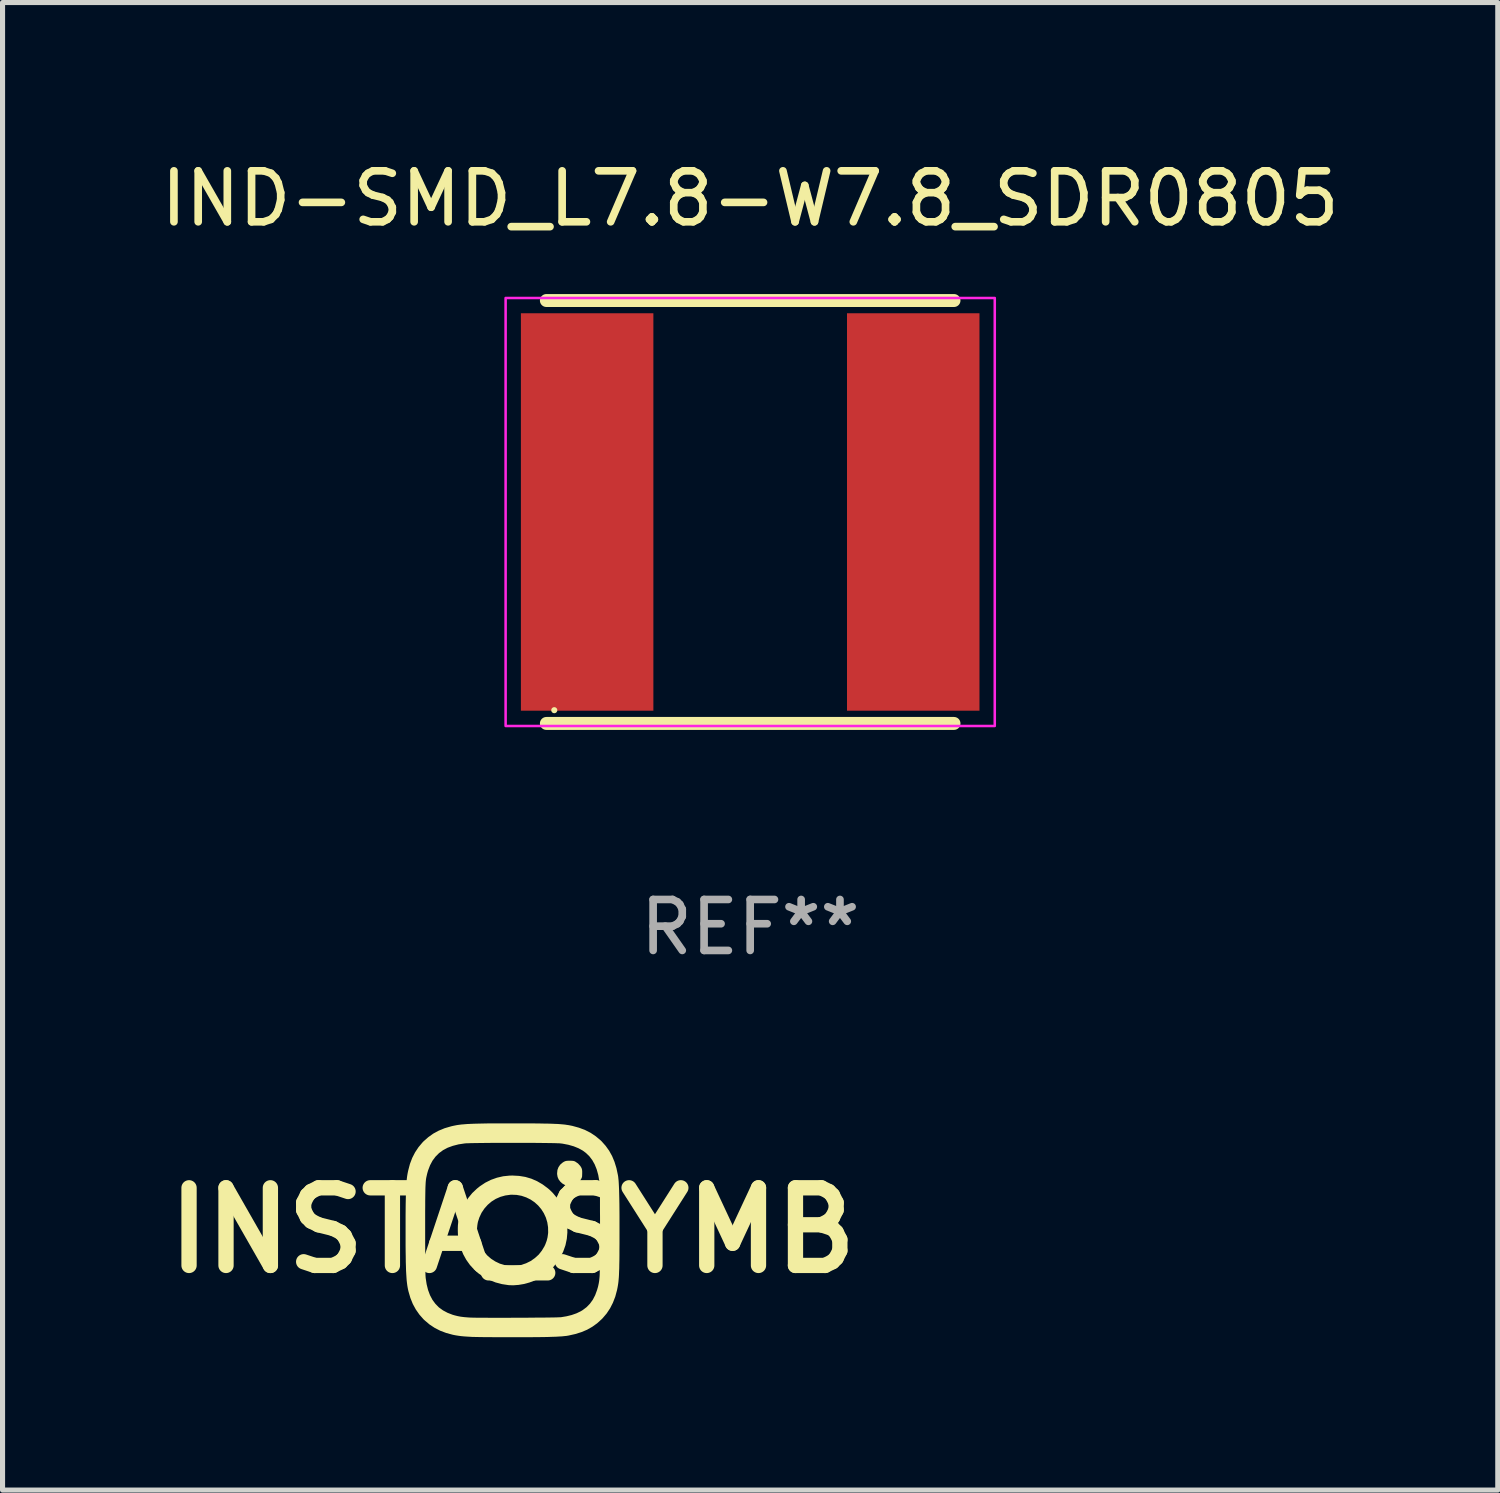
<source format=kicad_pcb>
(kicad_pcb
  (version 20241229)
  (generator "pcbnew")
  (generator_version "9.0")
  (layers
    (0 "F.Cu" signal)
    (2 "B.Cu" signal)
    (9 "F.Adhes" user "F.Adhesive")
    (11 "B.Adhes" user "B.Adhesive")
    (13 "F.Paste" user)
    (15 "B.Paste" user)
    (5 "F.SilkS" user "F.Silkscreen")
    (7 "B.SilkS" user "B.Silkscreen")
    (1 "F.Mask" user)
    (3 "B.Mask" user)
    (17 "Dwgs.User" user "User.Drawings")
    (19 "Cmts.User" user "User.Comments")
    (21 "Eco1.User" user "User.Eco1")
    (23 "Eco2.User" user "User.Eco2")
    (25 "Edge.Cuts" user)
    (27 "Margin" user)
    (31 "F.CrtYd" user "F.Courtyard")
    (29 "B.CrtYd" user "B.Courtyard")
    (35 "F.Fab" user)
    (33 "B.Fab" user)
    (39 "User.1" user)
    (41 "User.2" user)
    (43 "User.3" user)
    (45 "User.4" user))
  (footprint "IND-SMD_L7.8-W7.8_SDR0805"
    (layer "F.Cu")
    (at 11.673 6.998)
    (property "Reference" "IND-SMD_L7.8-W7.8_SDR0805" (at 0 -6.15 0) (layer "F.SilkS") (effects (font (size 1 1) (thickness 0.15))))
    (attr through_hole)
    (fp_line (start -4 -4.15) (end 4 -4.15) (stroke (width 0.254) (type solid)) (layer "F.SilkS"))
    (fp_line (start 4 4.15) (end -4 4.15) (stroke (width 0.254) (type solid)) (layer "F.SilkS"))
    (fp_circle (center -3.845 3.89) (end -3.815 3.89) (stroke (width 0.06) (type solid)) (fill no) (layer "F.SilkS"))
    (fp_rect (start -4.8 -4.2) (end 4.8 4.2) (stroke (width 0.05) (type solid)) (fill no) (layer "F.CrtYd"))
    (fp_text user "REF**" (at 0 8.15 0) (layer "F.Fab") (effects (font (size 1 1) (thickness 0.15))))
    (pad "1" smd rect (at -3.2 0 180) (size 2.6 7.8) (layers "F.Cu" "F.Mask" "F.Paste"))
    (pad "2" smd rect (at 3.2 0 180) (size 2.6 7.8) (layers "F.Cu" "F.Mask" "F.Paste")))
  (footprint "INSTA_SYMB"
    (layer "F.Cu")
    (at 7.01 21.096)
    (property "Reference" "INSTA_SYMB" (at 0 0 0) (layer "F.SilkS") (effects (font (size 1.524 1.524) (thickness 0.3))))
    (attr board_only exclude_from_pos_files exclude_from_bom)
    (fp_poly (pts (xy 1.16 -1.365) (xy 1.186 -1.363) (xy 1.206 -1.359) (xy 1.224 -1.352) (xy 1.231 -1.348) (xy 1.284 -1.312) (xy 1.327 -1.265) (xy 1.344 -1.239) (xy 1.354 -1.219) (xy 1.36 -1.201) (xy 1.364 -1.181) (xy 1.366 -1.155) (xy 1.366 -1.122) (xy 1.365 -1.086) (xy 1.364 -1.06) (xy 1.36 -1.04) (xy 1.352 -1.022) (xy 1.346 -1.008) (xy 1.31 -0.957) (xy 1.264 -0.916) (xy 1.21 -0.888) (xy 1.165 -0.875) (xy 1.141 -0.871) (xy 1.125 -0.869) (xy 1.119 -0.868) (xy 1.11 -0.87) (xy 1.09 -0.873) (xy 1.078 -0.875) (xy 1.024 -0.891) (xy 0.975 -0.92) (xy 0.937 -0.955) (xy 0.903 -1) (xy 0.883 -1.048) (xy 0.874 -1.103) (xy 0.874 -1.121) (xy 0.88 -1.184) (xy 0.901 -1.24) (xy 0.934 -1.288) (xy 0.98 -1.328) (xy 1.008 -1.346) (xy 1.028 -1.355) (xy 1.046 -1.361) (xy 1.067 -1.364) (xy 1.096 -1.366) (xy 1.122 -1.366)) (stroke (width 0) (type solid)) (fill yes) (layer "F.SilkS"))
    (fp_poly (pts (xy 0.129 -1.068) (xy 0.251 -1.048) (xy 0.369 -1.013) (xy 0.481 -0.964) (xy 0.589 -0.901) (xy 0.694 -0.823) (xy 0.732 -0.79) (xy 0.789 -0.734) (xy 0.845 -0.667) (xy 0.898 -0.594) (xy 0.945 -0.518) (xy 0.983 -0.443) (xy 0.985 -0.439) (xy 1.027 -0.324) (xy 1.057 -0.204) (xy 1.073 -0.08) (xy 1.075 0.044) (xy 1.064 0.167) (xy 1.039 0.286) (xy 1.036 0.297) (xy 0.994 0.416) (xy 0.938 0.529) (xy 0.87 0.634) (xy 0.79 0.731) (xy 0.699 0.818) (xy 0.597 0.896) (xy 0.527 0.94) (xy 0.433 0.986) (xy 0.331 1.024) (xy 0.225 1.053) (xy 0.118 1.071) (xy 0.013 1.079) (xy -0.076 1.076) (xy -0.208 1.056) (xy -0.333 1.023) (xy -0.45 0.977) (xy -0.56 0.92) (xy -0.662 0.851) (xy -0.754 0.771) (xy -0.836 0.681) (xy -0.908 0.581) (xy -0.968 0.472) (xy -1.016 0.356) (xy -1.052 0.231) (xy -1.063 0.179) (xy -1.069 0.132) (xy -1.073 0.076) (xy -1.075 0.015) (xy -1.075 -0.041) (xy -0.698 -0.041) (xy -0.696 0.061) (xy -0.681 0.159) (xy -0.653 0.252) (xy -0.611 0.34) (xy -0.559 0.421) (xy -0.496 0.494) (xy -0.422 0.558) (xy -0.34 0.611) (xy -0.25 0.654) (xy -0.152 0.684) (xy -0.126 0.689) (xy -0.084 0.695) (xy -0.033 0.697) (xy 0.022 0.697) (xy 0.078 0.693) (xy 0.128 0.688) (xy 0.167 0.68) (xy 0.265 0.647) (xy 0.356 0.602) (xy 0.438 0.544) (xy 0.512 0.477) (xy 0.574 0.399) (xy 0.625 0.314) (xy 0.643 0.275) (xy 0.669 0.205) (xy 0.686 0.137) (xy 0.696 0.065) (xy 0.698 0.041) (xy 0.696 -0.06) (xy 0.681 -0.157) (xy 0.653 -0.25) (xy 0.613 -0.336) (xy 0.562 -0.416) (xy 0.501 -0.488) (xy 0.431 -0.551) (xy 0.353 -0.604) (xy 0.268 -0.646) (xy 0.177 -0.677) (xy 0.08 -0.695) (xy -0.021 -0.699) (xy -0.041 -0.698) (xy -0.143 -0.684) (xy -0.239 -0.657) (xy -0.33 -0.617) (xy -0.413 -0.565) (xy -0.488 -0.501) (xy -0.553 -0.428) (xy -0.609 -0.345) (xy -0.652 -0.253) (xy -0.68 -0.167) (xy -0.686 -0.137) (xy -0.692 -0.098) (xy -0.696 -0.057) (xy -0.698 -0.041) (xy -1.075 -0.041) (xy -1.075 -0.047) (xy -1.073 -0.103) (xy -1.068 -0.151) (xy -1.066 -0.16) (xy -1.037 -0.29) (xy -0.994 -0.413) (xy -0.939 -0.527) (xy -0.872 -0.633) (xy -0.792 -0.731) (xy -0.7 -0.818) (xy -0.643 -0.864) (xy -0.536 -0.935) (xy -0.424 -0.991) (xy -0.306 -1.033) (xy -0.184 -1.061) (xy -0.057 -1.074) (xy 0 -1.075)) (stroke (width 0) (type solid)) (fill yes) (layer "F.SilkS"))
    (fp_poly (pts (xy 0.035 -2.099) (xy 0.177 -2.099) (xy 0.305 -2.098) (xy 0.42 -2.098) (xy 0.523 -2.097) (xy 0.614 -2.095) (xy 0.696 -2.094) (xy 0.768 -2.092) (xy 0.832 -2.089) (xy 0.889 -2.087) (xy 0.94 -2.083) (xy 0.985 -2.079) (xy 1.027 -2.075) (xy 1.065 -2.069) (xy 1.101 -2.064) (xy 1.136 -2.057) (xy 1.171 -2.05) (xy 1.302 -2.014) (xy 1.422 -1.969) (xy 1.532 -1.913) (xy 1.633 -1.845) (xy 1.727 -1.766) (xy 1.747 -1.747) (xy 1.826 -1.658) (xy 1.895 -1.562) (xy 1.953 -1.457) (xy 2 -1.344) (xy 2.038 -1.22) (xy 2.066 -1.088) (xy 2.072 -1.054) (xy 2.076 -1.015) (xy 2.081 -0.97) (xy 2.084 -0.918) (xy 2.087 -0.858) (xy 2.09 -0.79) (xy 2.092 -0.713) (xy 2.094 -0.626) (xy 2.096 -0.527) (xy 2.097 -0.417) (xy 2.098 -0.294) (xy 2.098 -0.158) (xy 2.098 -0.007) (xy 2.098 -0.004) (xy 2.098 0.141) (xy 2.098 0.272) (xy 2.097 0.389) (xy 2.097 0.494) (xy 2.096 0.588) (xy 2.094 0.671) (xy 2.093 0.746) (xy 2.09 0.811) (xy 2.088 0.87) (xy 2.085 0.922) (xy 2.081 0.969) (xy 2.077 1.011) (xy 2.072 1.05) (xy 2.066 1.087) (xy 2.06 1.122) (xy 2.053 1.156) (xy 2.05 1.171) (xy 2.015 1.302) (xy 1.969 1.421) (xy 1.913 1.531) (xy 1.846 1.632) (xy 1.767 1.725) (xy 1.746 1.746) (xy 1.659 1.825) (xy 1.564 1.893) (xy 1.462 1.951) (xy 1.35 1.998) (xy 1.228 2.036) (xy 1.094 2.066) (xy 1.092 2.066) (xy 1.057 2.072) (xy 1.017 2.076) (xy 0.97 2.081) (xy 0.915 2.084) (xy 0.852 2.088) (xy 0.781 2.09) (xy 0.699 2.093) (xy 0.606 2.095) (xy 0.502 2.096) (xy 0.386 2.097) (xy 0.257 2.098) (xy 0.114 2.098) (xy 0.004 2.098) (xy -0.098 2.098) (xy -0.199 2.098) (xy -0.297 2.097) (xy -0.39 2.097) (xy -0.477 2.096) (xy -0.557 2.096) (xy -0.628 2.095) (xy -0.689 2.094) (xy -0.738 2.093) (xy -0.774 2.092) (xy -0.788 2.092) (xy -0.874 2.087) (xy -0.949 2.082) (xy -1.014 2.076) (xy -1.072 2.068) (xy -1.127 2.059) (xy -1.172 2.05) (xy -1.302 2.015) (xy -1.421 1.97) (xy -1.53 1.914) (xy -1.63 1.848) (xy -1.723 1.769) (xy -1.747 1.747) (xy -1.829 1.654) (xy -1.899 1.554) (xy -1.958 1.446) (xy -2.006 1.327) (xy -2.043 1.2) (xy -2.052 1.162) (xy -2.06 1.121) (xy -2.067 1.078) (xy -2.073 1.031) (xy -2.079 0.98) (xy -2.083 0.923) (xy -2.087 0.86) (xy -2.091 0.789) (xy -2.093 0.709) (xy -2.096 0.62) (xy -2.097 0.521) (xy -2.099 0.411) (xy -2.1 0.288) (xy -2.1 0.152) (xy -2.1 0.002) (xy -2.1 -0.006) (xy -2.1 -0.015) (xy -1.716 -0.015) (xy -1.716 0.129) (xy -1.716 0.258) (xy -1.715 0.374) (xy -1.715 0.476) (xy -1.715 0.567) (xy -1.714 0.645) (xy -1.713 0.713) (xy -1.712 0.771) (xy -1.711 0.82) (xy -1.71 0.86) (xy -1.709 0.892) (xy -1.707 0.917) (xy -1.706 0.933) (xy -1.687 1.058) (xy -1.659 1.171) (xy -1.621 1.273) (xy -1.573 1.364) (xy -1.514 1.444) (xy -1.446 1.513) (xy -1.366 1.571) (xy -1.276 1.619) (xy -1.175 1.658) (xy -1.133 1.67) (xy -1.076 1.684) (xy -1.018 1.695) (xy -0.955 1.703) (xy -0.884 1.709) (xy -0.837 1.712) (xy -0.809 1.713) (xy -0.769 1.714) (xy -0.716 1.715) (xy -0.653 1.716) (xy -0.58 1.716) (xy -0.499 1.716) (xy -0.411 1.717) (xy -0.317 1.717) (xy -0.219 1.717) (xy -0.118 1.717) (xy -0.014 1.716) (xy 0.09 1.716) (xy 0.194 1.715) (xy 0.296 1.715) (xy 0.395 1.714) (xy 0.49 1.713) (xy 0.58 1.713) (xy 0.663 1.712) (xy 0.738 1.711) (xy 0.804 1.71) (xy 0.859 1.709) (xy 0.903 1.707) (xy 0.935 1.706) (xy 0.951 1.705) (xy 1.059 1.687) (xy 1.16 1.662) (xy 1.254 1.629) (xy 1.337 1.589) (xy 1.375 1.566) (xy 1.452 1.508) (xy 1.518 1.44) (xy 1.575 1.361) (xy 1.621 1.272) (xy 1.658 1.171) (xy 1.675 1.113) (xy 1.681 1.088) (xy 1.686 1.064) (xy 1.691 1.041) (xy 1.695 1.017) (xy 1.699 0.992) (xy 1.702 0.964) (xy 1.705 0.934) (xy 1.708 0.899) (xy 1.71 0.858) (xy 1.711 0.812) (xy 1.713 0.759) (xy 1.714 0.697) (xy 1.714 0.627) (xy 1.715 0.547) (xy 1.715 0.457) (xy 1.716 0.354) (xy 1.716 0.24) (xy 1.716 0.111) (xy 1.716 -0.011) (xy 1.716 -0.146) (xy 1.716 -0.266) (xy 1.715 -0.373) (xy 1.715 -0.468) (xy 1.715 -0.551) (xy 1.715 -0.623) (xy 1.714 -0.686) (xy 1.714 -0.739) (xy 1.713 -0.785) (xy 1.712 -0.824) (xy 1.711 -0.857) (xy 1.71 -0.885) (xy 1.708 -0.908) (xy 1.707 -0.928) (xy 1.705 -0.946) (xy 1.703 -0.962) (xy 1.702 -0.966) (xy 1.681 -1.087) (xy 1.651 -1.195) (xy 1.612 -1.292) (xy 1.564 -1.378) (xy 1.507 -1.453) (xy 1.44 -1.518) (xy 1.375 -1.566) (xy 1.293 -1.611) (xy 1.199 -1.649) (xy 1.094 -1.679) (xy 0.98 -1.701) (xy 0.938 -1.706) (xy 0.914 -1.708) (xy 0.876 -1.709) (xy 0.826 -1.711) (xy 0.764 -1.712) (xy 0.692 -1.713) (xy 0.611 -1.714) (xy 0.523 -1.715) (xy 0.428 -1.716) (xy 0.328 -1.716) (xy 0.224 -1.717) (xy 0.117 -1.717) (xy 0.009 -1.717) (xy -0.099 -1.717) (xy -0.206 -1.716) (xy -0.31 -1.716) (xy -0.411 -1.716) (xy -0.507 -1.715) (xy -0.597 -1.714) (xy -0.679 -1.713) (xy -0.752 -1.712) (xy -0.816 -1.711) (xy -0.868 -1.709) (xy -0.908 -1.708) (xy -0.934 -1.706) (xy -0.936 -1.706) (xy -1.061 -1.687) (xy -1.173 -1.658) (xy -1.275 -1.621) (xy -1.365 -1.573) (xy -1.444 -1.515) (xy -1.512 -1.447) (xy -1.571 -1.368) (xy -1.619 -1.278) (xy -1.658 -1.177) (xy -1.674 -1.122) (xy -1.68 -1.098) (xy -1.685 -1.075) (xy -1.69 -1.053) (xy -1.695 -1.03) (xy -1.699 -1.006) (xy -1.702 -0.979) (xy -1.705 -0.949) (xy -1.707 -0.915) (xy -1.709 -0.875) (xy -1.711 -0.829) (xy -1.712 -0.777) (xy -1.713 -0.716) (xy -1.714 -0.646) (xy -1.715 -0.567) (xy -1.715 -0.477) (xy -1.716 -0.375) (xy -1.716 -0.26) (xy -1.716 -0.132) (xy -1.716 -0.015) (xy -2.1 -0.015) (xy -2.1 -0.155) (xy -2.1 -0.29) (xy -2.099 -0.411) (xy -2.098 -0.52) (xy -2.096 -0.617) (xy -2.094 -0.705) (xy -2.091 -0.783) (xy -2.088 -0.852) (xy -2.084 -0.914) (xy -2.08 -0.97) (xy -2.075 -1.021) (xy -2.069 -1.066) (xy -2.062 -1.109) (xy -2.054 -1.149) (xy -2.049 -1.172) (xy -2.015 -1.302) (xy -1.97 -1.421) (xy -1.914 -1.53) (xy -1.847 -1.631) (xy -1.769 -1.724) (xy -1.747 -1.747) (xy -1.655 -1.828) (xy -1.557 -1.898) (xy -1.45 -1.956) (xy -1.333 -2.004) (xy -1.206 -2.041) (xy -1.172 -2.049) (xy -1.133 -2.057) (xy -1.093 -2.065) (xy -1.05 -2.071) (xy -1.003 -2.077) (xy -0.951 -2.081) (xy -0.893 -2.086) (xy -0.829 -2.089) (xy -0.758 -2.092) (xy -0.677 -2.094) (xy -0.588 -2.096) (xy -0.488 -2.098) (xy -0.376 -2.099) (xy -0.252 -2.099) (xy -0.115 -2.099)) (stroke (width 0) (type solid)) (fill yes) (layer "F.SilkS")))
  (gr_rect
    (start -3 -3)
    (end 26.345 26.194)
    (stroke (width 0.1) (type default))
    (fill no)
    (layer "Edge.Cuts")))
</source>
